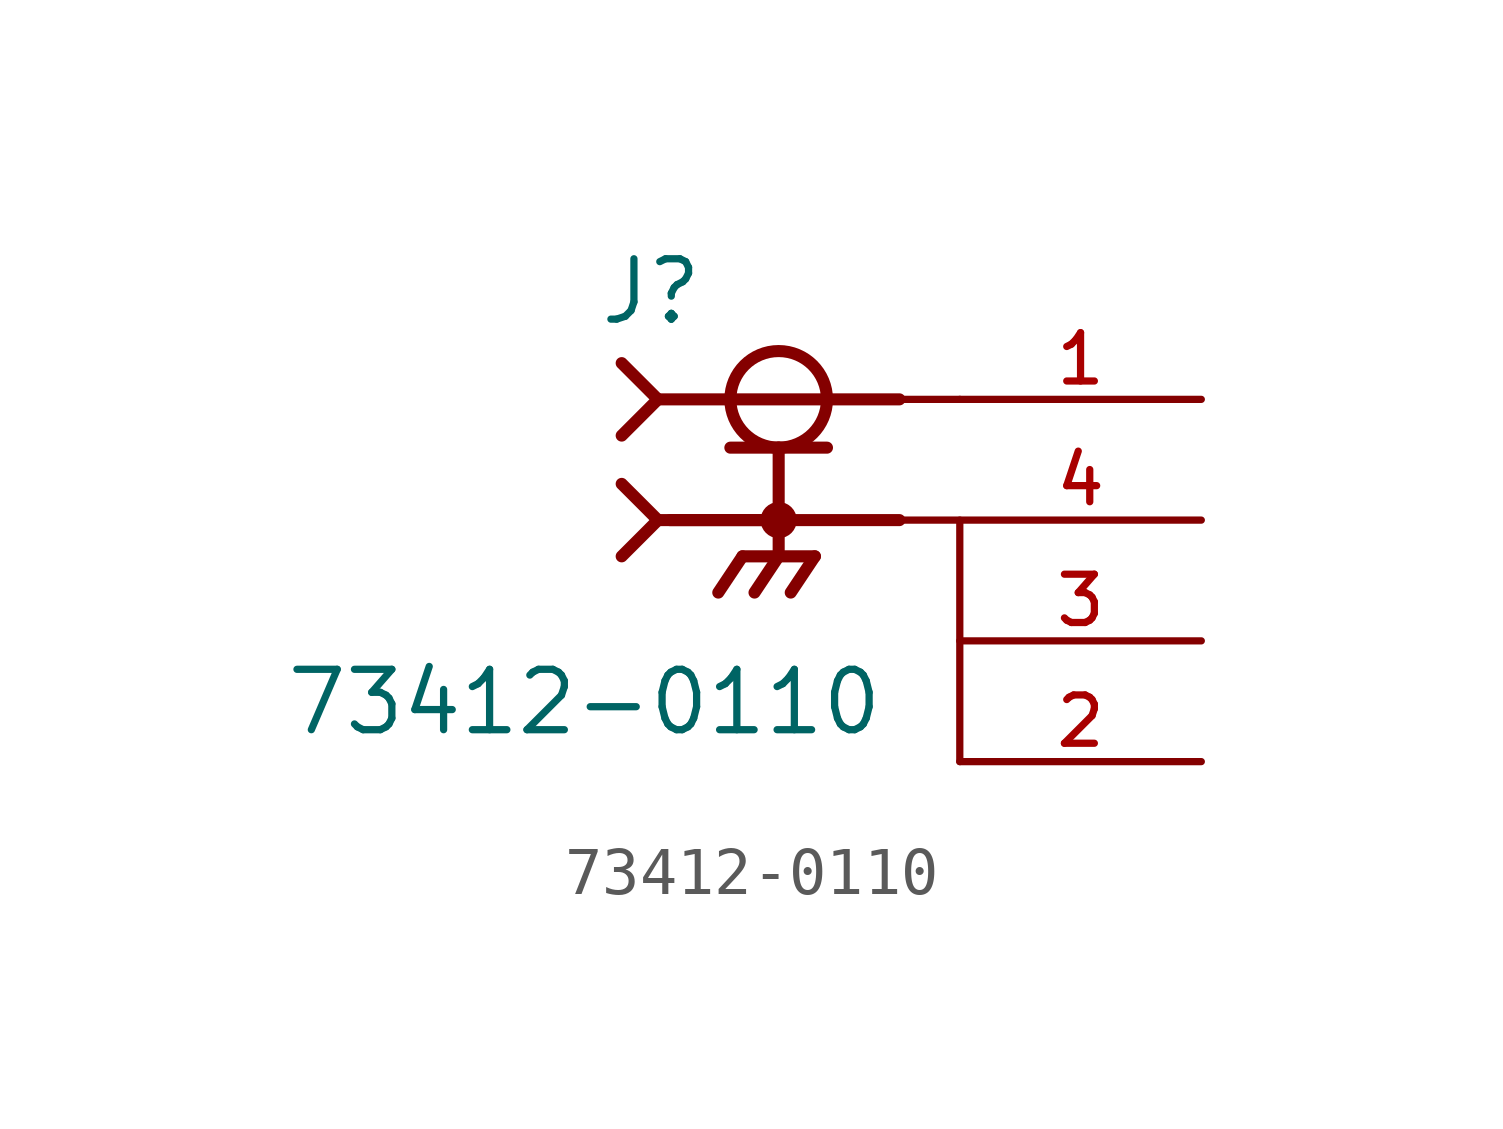
<source format=kicad_sym>
(kicad_symbol_lib
  (version 20241209)
  (generator "kicad_symbol_editor")
  (generator_version "9.0")
  (symbol "73412-0110"
    (pin_names
      (offset 1.016))
    (property "Reference" "J"
      (at -3.81 4.064 0)
      (effects (font (size 1.27 1.27)) (justify left bottom)))
    (property "Value" "73412-0110"
      (at -10.414 -4.572 0)
      (effects (font (size 1.27 1.27)) (justify left bottom)))
    (symbol "73412-0110_0_0"
      (polyline (pts (xy -3.302 3.302) (xy -2.54 2.54)) (stroke (width 0.254) (type default)) (fill (type none)))
      (polyline (pts (xy -3.302 1.778) (xy -2.54 2.54)) (stroke (width 0.254) (type default)) (fill (type none)))
      (polyline (pts (xy -3.302 0.762) (xy -2.54 0)) (stroke (width 0.254) (type default)) (fill (type none)))
      (polyline (pts (xy -3.302 -0.762) (xy -2.54 0)) (stroke (width 0.254) (type default)) (fill (type none)))
      (polyline (pts (xy -2.54 2.54) (xy 2.54 2.54)) (stroke (width 0.254) (type default)) (fill (type none)))
      (polyline (pts (xy -2.54 0) (xy 0 0)) (stroke (width 0.254) (type default)) (fill (type none)))
      (polyline (pts (xy -1.016 1.524) (xy 0 1.524)) (stroke (width 0.254) (type default)) (fill (type none)))
      (polyline (pts (xy -0.762 -0.762) (xy -1.27 -1.524)) (stroke (width 0.254) (type default)) (fill (type none)))
      (circle (center 0 2.54) (radius 1.016) (stroke (width 0.254) (type default)) (fill (type none)))
      (polyline (pts (xy 0 1.524) (xy 0 0)) (stroke (width 0.254) (type default)) (fill (type none)))
      (polyline (pts (xy 0 1.524) (xy 1.016 1.524)) (stroke (width 0.254) (type default)) (fill (type none)))
      (polyline (pts (xy 0 0) (xy -2.286 0)) (stroke (width 0.254) (type default)) (fill (type none)))
      (polyline (pts (xy 0 0) (xy 0 -0.762)) (stroke (width 0.254) (type default)) (fill (type none)))
      (circle (center 0 0) (radius 0.254) (stroke (width 0.254) (type default)) (fill (type none)))
      (polyline (pts (xy 0 -0.762) (xy -0.762 -0.762)) (stroke (width 0.254) (type default)) (fill (type none)))
      (polyline (pts (xy 0 -0.762) (xy -0.508 -1.524)) (stroke (width 0.254) (type default)) (fill (type none)))
      (polyline (pts (xy 0 -0.762) (xy 0.762 -0.762)) (stroke (width 0.254) (type default)) (fill (type none)))
      (polyline (pts (xy 0.762 -0.762) (xy 0.254 -1.524)) (stroke (width 0.254) (type default)) (fill (type none)))
      (polyline (pts (xy 2.54 0) (xy 0 0)) (stroke (width 0.254) (type default)) (fill (type none)))
      (pin passive line (at 8.89 2.54 180) (length 5.08) (name "~" (effects (font (size 1.016 1.016)))) (number "1" (effects (font (size 1.016 1.016)))))
      (pin power_in line (at 8.89 0 180) (length 5.08) (name "~" (effects (font (size 1.016 1.016)))) (number "4" (effects (font (size 1.016 1.016)))))
      (pin power_in line (at 8.89 -2.54 180) (length 5.08) (name "~" (effects (font (size 1.016 1.016)))) (number "3" (effects (font (size 1.016 1.016)))))
      (pin power_in line (at 8.89 -5.08 180) (length 5.08) (name "~" (effects (font (size 1.016 1.016)))) (number "2" (effects (font (size 1.016 1.016))))))
    (symbol "73412-0110_0_1"
      (polyline (pts (xy 2.54 0) (xy 3.81 0) (xy 3.81 -5.08)) (stroke (width 0) (type default)) (fill (type none)))
      (polyline (pts (xy 3.81 2.54) (xy 2.54 2.54)) (stroke (width 0) (type default)) (fill (type none))))))
</source>
